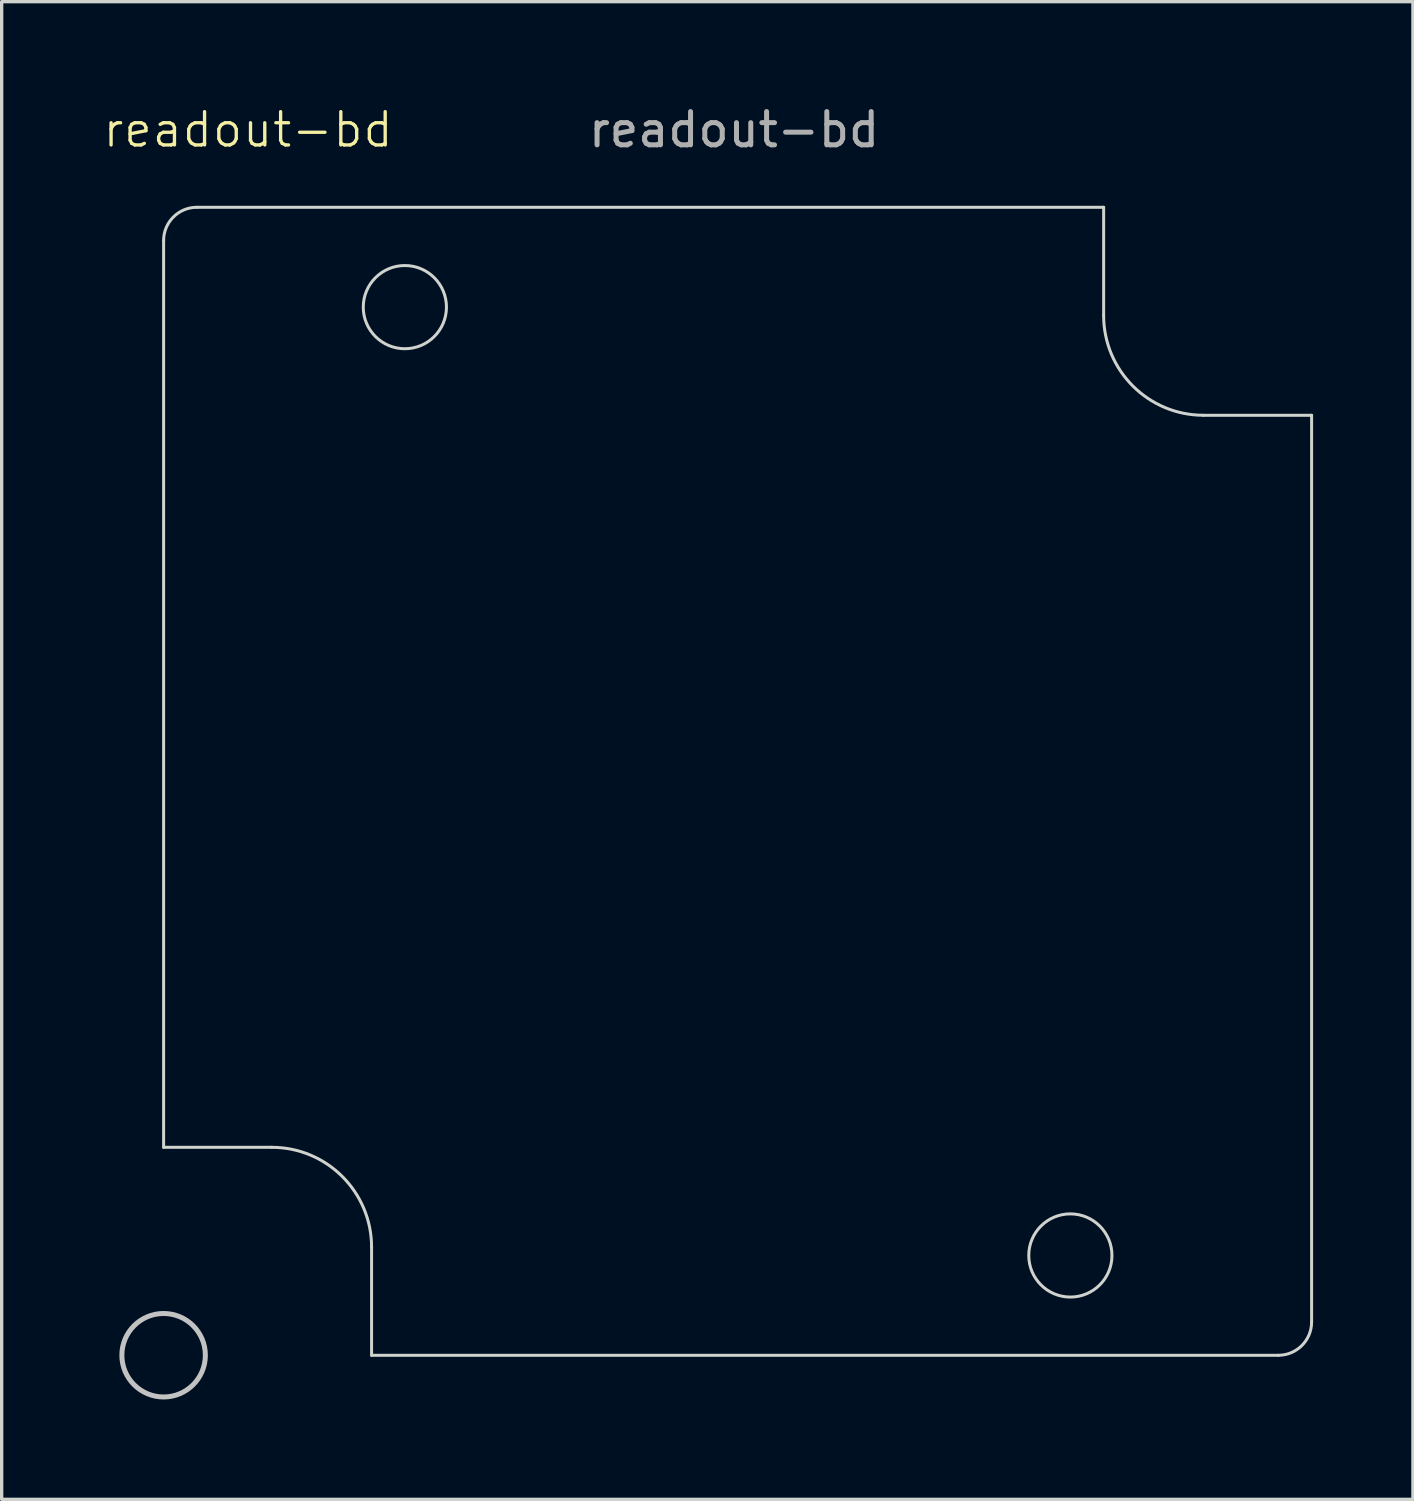
<source format=kicad_pcb>
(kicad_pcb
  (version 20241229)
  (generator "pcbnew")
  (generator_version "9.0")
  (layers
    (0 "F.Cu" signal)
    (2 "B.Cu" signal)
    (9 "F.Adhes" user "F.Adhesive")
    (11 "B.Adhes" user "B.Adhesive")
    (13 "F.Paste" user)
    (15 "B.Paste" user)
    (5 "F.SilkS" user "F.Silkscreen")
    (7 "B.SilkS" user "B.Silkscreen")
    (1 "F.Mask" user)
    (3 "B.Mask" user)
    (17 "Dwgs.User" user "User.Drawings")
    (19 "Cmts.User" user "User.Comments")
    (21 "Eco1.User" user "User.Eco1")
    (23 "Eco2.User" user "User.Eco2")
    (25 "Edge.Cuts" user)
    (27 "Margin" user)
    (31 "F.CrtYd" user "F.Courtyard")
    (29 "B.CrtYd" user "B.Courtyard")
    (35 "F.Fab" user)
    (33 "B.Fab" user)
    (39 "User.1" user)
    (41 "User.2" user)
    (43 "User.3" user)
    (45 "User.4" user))
  (footprint "readout-bd"
    (layer "F.Cu")
    (at 1.867 37.678)
    (property "Reference" "readout-bd" (at 2.54 -36.83 0) (unlocked yes) (layer "F.SilkS") (effects (font (size 1 1) (thickness 0.1))))
    (fp_circle (center 0 0) (end 0.66 1.067) (stroke (width 0.15) (type default)) (fill no) (layer "Dwgs.User"))
    (fp_line (start 0 -6.248) (end 0 -33.498) (stroke (width 0.09) (type solid)) (layer "Edge.Cuts"))
    (fp_line (start 1 -34.498) (end 28.25 -34.498) (stroke (width 0.09) (type solid)) (layer "Edge.Cuts"))
    (fp_line (start 3.25 -6.248) (end 0 -6.248) (stroke (width 0.09) (type solid)) (layer "Edge.Cuts"))
    (fp_line (start 6.25 0.002) (end 6.25 -3.248) (stroke (width 0.09) (type solid)) (layer "Edge.Cuts"))
    (fp_line (start 28.25 -34.498) (end 28.25 -31.248) (stroke (width 0.09) (type solid)) (layer "Edge.Cuts"))
    (fp_line (start 31.25 -28.248) (end 34.5 -28.248) (stroke (width 0.09) (type solid)) (layer "Edge.Cuts"))
    (fp_line (start 33.5 0.002) (end 6.25 0.002) (stroke (width 0.09) (type solid)) (layer "Edge.Cuts"))
    (fp_line (start 34.5 -28.248) (end 34.5 -0.998) (stroke (width 0.09) (type solid)) (layer "Edge.Cuts"))
    (fp_arc (start 0 -33.4984) (mid 0.292893 -34.205507) (end 1 -34.4984) (stroke (width 0.09) (type solid)) (layer "Edge.Cuts"))
    (fp_arc (start 3.25 -6.2484) (mid 5.37132 -5.36972) (end 6.25 -3.2484) (stroke (width 0.09) (type solid)) (layer "Edge.Cuts"))
    (fp_arc (start 31.25 -28.2484) (mid 29.12868 -29.12708) (end 28.25 -31.2484) (stroke (width 0.09) (type solid)) (layer "Edge.Cuts"))
    (fp_arc (start 34.5 -0.9984) (mid 34.207107 -0.291293) (end 33.5 0.0016) (stroke (width 0.09) (type solid)) (layer "Edge.Cuts"))
    (fp_circle (center 7.25 -31.498) (end 8.5 -31.498) (stroke (width 0.09) (type solid)) (fill no) (layer "Edge.Cuts"))
    (fp_circle (center 27.25 -2.998) (end 28.5 -2.998) (stroke (width 0.09) (type solid)) (fill no) (layer "Edge.Cuts"))
    (fp_text user "${REFERENCE}" (at 17.145 -36.83 0) (unlocked yes) (layer "F.Fab") (effects (font (size 1 1) (thickness 0.15)))))
  (gr_rect
    (start -3 -3)
    (end 39.412 42.008)
    (stroke (width 0.1) (type default))
    (fill no)
    (layer "Edge.Cuts")))
</source>
